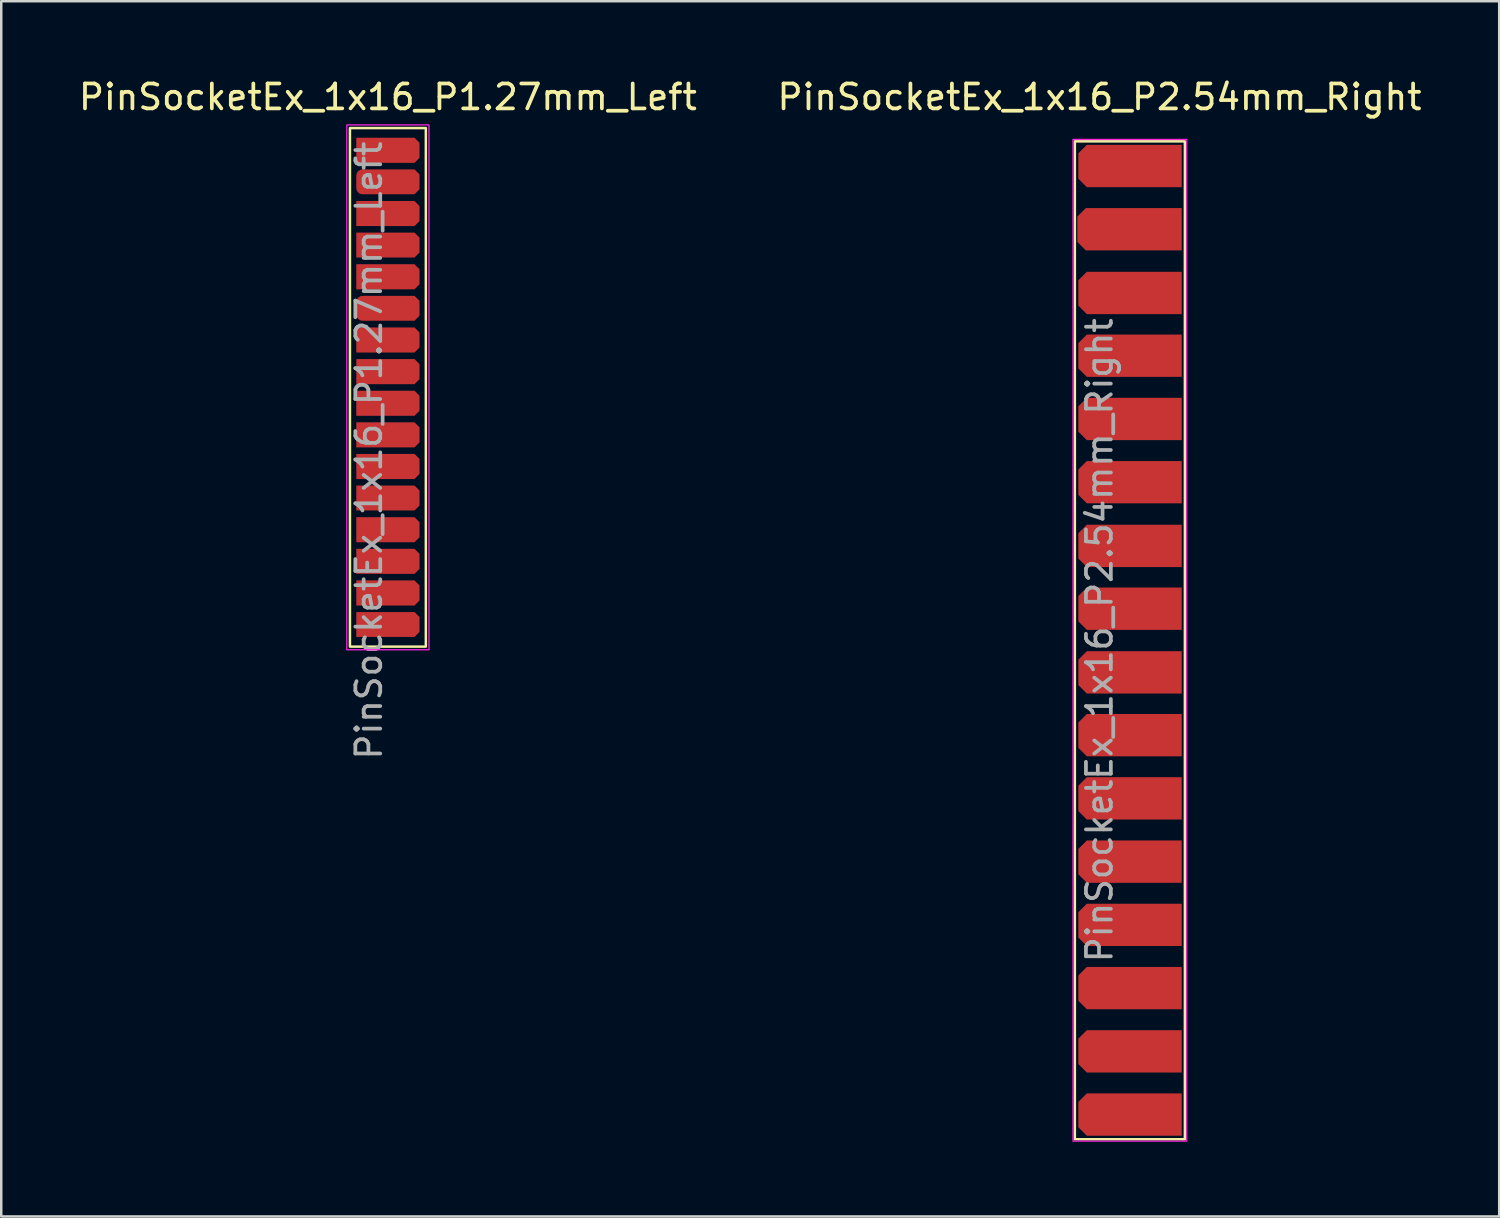
<source format=kicad_pcb>
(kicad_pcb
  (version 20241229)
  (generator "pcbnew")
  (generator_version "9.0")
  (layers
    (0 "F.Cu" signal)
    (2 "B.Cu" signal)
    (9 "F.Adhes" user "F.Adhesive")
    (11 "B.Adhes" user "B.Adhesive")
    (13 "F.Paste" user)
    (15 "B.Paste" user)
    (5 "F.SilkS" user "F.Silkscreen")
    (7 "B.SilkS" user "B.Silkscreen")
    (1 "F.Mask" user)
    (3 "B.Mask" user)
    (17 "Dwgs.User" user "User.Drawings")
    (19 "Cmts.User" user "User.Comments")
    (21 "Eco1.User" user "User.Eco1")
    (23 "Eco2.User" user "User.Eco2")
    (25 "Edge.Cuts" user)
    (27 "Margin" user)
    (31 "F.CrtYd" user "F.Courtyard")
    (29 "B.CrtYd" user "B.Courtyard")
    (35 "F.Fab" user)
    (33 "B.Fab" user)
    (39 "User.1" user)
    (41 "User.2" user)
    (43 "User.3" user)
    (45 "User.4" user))
  (footprint "PinSocketEx_1x16_P2.54mm_Right"
    (layer "F.Cu")
    (at 41.113 3.618)
    (property "Reference" "PinSocketEx_1x16_P2.54mm_Right" (at 0 -2.77 0) (layer "F.SilkS") (effects (font (size 1 1) (thickness 0.15))))
    (attr smd)
    (fp_rect (start -0.991 -0.991) (end 3.429 39.091) (stroke (width 0.1) (type default)) (fill no) (layer "F.SilkS"))
    (fp_rect (start -1.067 -1.067) (end 3.505 39.167) (stroke (width 0.05) (type default)) (fill no) (layer "F.CrtYd"))
    (fp_text user "${REFERENCE}" (at 0 19.05 90) (layer "F.Fab") (effects (font (size 1 1) (thickness 0.15))))
    (pad "1" smd roundrect (at 0 0) (size 4.152 1.7) (drill (offset 1.226 0)) (layers "F.Cu" "F.Mask" "F.Paste") (roundrect_rratio 0) (chamfer_ratio 0.2) (chamfer top_left bottom_left))
    (pad "2" smd roundrect (at 0 2.54) (size 4.191 1.7) (drill (offset 1.206 0)) (layers "F.Cu" "F.Mask" "F.Paste") (roundrect_rratio 0) (chamfer_ratio 0.2) (chamfer top_left bottom_left))
    (pad "3" smd roundrect (at 0 5.08) (size 4.152 1.7) (drill (offset 1.226 0.019)) (layers "F.Cu" "F.Mask" "F.Paste") (roundrect_rratio 0) (chamfer_ratio 0.2) (chamfer top_left bottom_left))
    (pad "4" smd roundrect (at 0 7.62) (size 4.152 1.7) (drill (offset 1.226 0)) (layers "F.Cu" "F.Mask" "F.Paste") (roundrect_rratio 0) (chamfer_ratio 0.2) (chamfer top_left bottom_left))
    (pad "5" smd roundrect (at 0 10.16) (size 4.152 1.7) (drill (offset 1.226 0)) (layers "F.Cu" "F.Mask" "F.Paste") (roundrect_rratio 0) (chamfer_ratio 0.2) (chamfer top_left bottom_left))
    (pad "6" smd roundrect (at 0 12.7) (size 4.152 1.7) (drill (offset 1.226 0)) (layers "F.Cu" "F.Mask" "F.Paste") (roundrect_rratio 0) (chamfer_ratio 0.2) (chamfer top_left bottom_left))
    (pad "7" smd roundrect (at 0 15.24) (size 4.152 1.7) (drill (offset 1.226 0.019)) (layers "F.Cu" "F.Mask" "F.Paste") (roundrect_rratio 0) (chamfer_ratio 0.2) (chamfer top_left bottom_left))
    (pad "8" smd roundrect (at 0 17.78) (size 4.152 1.7) (drill (offset 1.226 0)) (layers "F.Cu" "F.Mask" "F.Paste") (roundrect_rratio 0) (chamfer_ratio 0.2) (chamfer top_left bottom_left))
    (pad "9" smd roundrect (at 0 20.32) (size 4.152 1.7) (drill (offset 1.226 0.019)) (layers "F.Cu" "F.Mask" "F.Paste") (roundrect_rratio 0) (chamfer_ratio 0.2) (chamfer top_left bottom_left))
    (pad "10" smd roundrect (at 0 22.86) (size 4.152 1.7) (drill (offset 1.226 0)) (layers "F.Cu" "F.Mask" "F.Paste") (roundrect_rratio 0) (chamfer_ratio 0.2) (chamfer top_left bottom_left))
    (pad "11" smd roundrect (at 0 25.4) (size 4.152 1.7) (drill (offset 1.226 0)) (layers "F.Cu" "F.Mask" "F.Paste") (roundrect_rratio 0) (chamfer_ratio 0.2) (chamfer top_left bottom_left))
    (pad "12" smd roundrect (at 0 27.94) (size 4.152 1.7) (drill (offset 1.226 0)) (layers "F.Cu" "F.Mask" "F.Paste") (roundrect_rratio 0) (chamfer_ratio 0.2) (chamfer top_left bottom_left))
    (pad "13" smd roundrect (at 0 30.48) (size 4.152 1.7) (drill (offset 1.226 0)) (layers "F.Cu" "F.Mask" "F.Paste") (roundrect_rratio 0) (chamfer_ratio 0.2) (chamfer top_left bottom_left))
    (pad "14" smd roundrect (at 0 33.02) (size 4.152 1.7) (drill (offset 1.226 0)) (layers "F.Cu" "F.Mask" "F.Paste") (roundrect_rratio 0) (chamfer_ratio 0.2) (chamfer top_left bottom_left))
    (pad "15" smd roundrect (at 0 35.56) (size 4.152 1.7) (drill (offset 1.226 0)) (layers "F.Cu" "F.Mask" "F.Paste") (roundrect_rratio 0) (chamfer_ratio 0.2) (chamfer top_left bottom_left))
    (pad "16" smd roundrect (at 0 38.1) (size 4.152 1.7) (drill (offset 1.226 0)) (layers "F.Cu" "F.Mask" "F.Paste") (roundrect_rratio 0) (chamfer_ratio 0.2) (chamfer top_left bottom_left)))
  (footprint "PinSocketEx_1x16_P1.27mm_Left"
    (layer "F.Cu")
    (at 11.768 2.983)
    (property "Reference" "PinSocketEx_1x16_P1.27mm_Left" (at 0.762 -2.135 0) (layer "F.SilkS") (effects (font (size 1 1) (thickness 0.15))))
    (attr through_hole)
    (fp_rect (start -0.762 -0.889) (end 2.286 19.939) (stroke (width 0.1) (type default)) (fill no) (layer "F.SilkS"))
    (fp_rect (start -0.889 -1.016) (end 2.413 20.066) (stroke (width 0.05) (type default)) (fill no) (layer "F.CrtYd"))
    (fp_text user "${REFERENCE}" (at 0 12.065 90) (layer "F.Fab") (effects (font (size 1 1) (thickness 0.15))))
    (pad "1" smd roundrect (at 1.524 0) (size 2.54 1.008) (drill (offset -0.762 0.004)) (layers "F.Cu" "F.Mask" "F.Paste") (roundrect_rratio 0) (chamfer_ratio 0.2) (chamfer top_right bottom_right))
    (pad "2" smd roundrect (at 1.524 1.27) (size 2.54 1) (drill (offset -0.762 0)) (layers "F.Cu" "F.Mask" "F.Paste") (roundrect_rratio 0.25) (chamfer_ratio 0.2) (chamfer top_right bottom_right))
    (pad "3" smd roundrect (at 1.524 2.54) (size 2.54 1.008) (drill (offset -0.762 0.004)) (layers "F.Cu" "F.Mask" "F.Paste") (roundrect_rratio 0) (chamfer_ratio 0.2) (chamfer top_right bottom_right))
    (pad "4" smd roundrect (at 1.524 3.81) (size 2.54 1) (drill (offset -0.762 0)) (layers "F.Cu" "F.Mask" "F.Paste") (roundrect_rratio 0) (chamfer_ratio 0.2) (chamfer top_right bottom_right))
    (pad "5" smd roundrect (at 1.524 5.08) (size 2.54 1.008) (drill (offset -0.762 0.004)) (layers "F.Cu" "F.Mask" "F.Paste") (roundrect_rratio 0) (chamfer_ratio 0.2) (chamfer top_right bottom_right))
    (pad "6" smd roundrect (at 1.524 6.35) (size 2.54 1) (drill (offset -0.762 0)) (layers "F.Cu" "F.Mask" "F.Paste") (roundrect_rratio 0.25) (chamfer_ratio 0.2) (chamfer top_right bottom_right))
    (pad "7" smd roundrect (at 1.524 7.62) (size 2.54 1.008) (drill (offset -0.762 0.004)) (layers "F.Cu" "F.Mask" "F.Paste") (roundrect_rratio 0) (chamfer_ratio 0.2) (chamfer top_right bottom_right))
    (pad "8" smd roundrect (at 1.524 8.89) (size 2.54 1.008) (drill (offset -0.762 0.004)) (layers "F.Cu" "F.Mask" "F.Paste") (roundrect_rratio 0) (chamfer_ratio 0.2) (chamfer top_right bottom_right))
    (pad "9" smd roundrect (at 1.524 10.16) (size 2.54 1.008) (drill (offset -0.762 0.004)) (layers "F.Cu" "F.Mask" "F.Paste") (roundrect_rratio 0) (chamfer_ratio 0.2) (chamfer top_right bottom_right))
    (pad "10" smd roundrect (at 1.524 11.43) (size 2.54 1.008) (drill (offset -0.762 0.004)) (layers "F.Cu" "F.Mask" "F.Paste") (roundrect_rratio 0) (chamfer_ratio 0.2) (chamfer top_right bottom_right))
    (pad "11" smd roundrect (at 1.524 12.7) (size 2.54 1.008) (drill (offset -0.762 0.004)) (layers "F.Cu" "F.Mask" "F.Paste") (roundrect_rratio 0) (chamfer_ratio 0.2) (chamfer top_right bottom_right))
    (pad "12" smd roundrect (at 1.524 13.97) (size 2.54 1) (drill (offset -0.762 0)) (layers "F.Cu" "F.Mask" "F.Paste") (roundrect_rratio 0) (chamfer_ratio 0.2) (chamfer top_right bottom_right))
    (pad "13" smd roundrect (at 1.524 15.24) (size 2.54 1.008) (drill (offset -0.762 0.004)) (layers "F.Cu" "F.Mask" "F.Paste") (roundrect_rratio 0) (chamfer_ratio 0.2) (chamfer top_right bottom_right))
    (pad "14" smd roundrect (at 1.524 16.51) (size 2.54 1.008) (drill (offset -0.762 0.004)) (layers "F.Cu" "F.Mask" "F.Paste") (roundrect_rratio 0) (chamfer_ratio 0.2) (chamfer top_right bottom_right))
    (pad "15" smd roundrect (at 1.524 17.78) (size 2.54 1.008) (drill (offset -0.762 0.004)) (layers "F.Cu" "F.Mask" "F.Paste") (roundrect_rratio 0) (chamfer_ratio 0.2) (chamfer top_right bottom_right))
    (pad "16" smd roundrect (at 1.524 19.05) (size 2.54 1) (drill (offset -0.762 0)) (layers "F.Cu" "F.Mask" "F.Paste") (roundrect_rratio 0) (chamfer_ratio 0.2) (chamfer top_right bottom_right)))
  (gr_rect
    (start -3 -3)
    (end 57.167 45.81)
    (stroke (width 0.1) (type default))
    (fill no)
    (layer "Edge.Cuts")))
</source>
